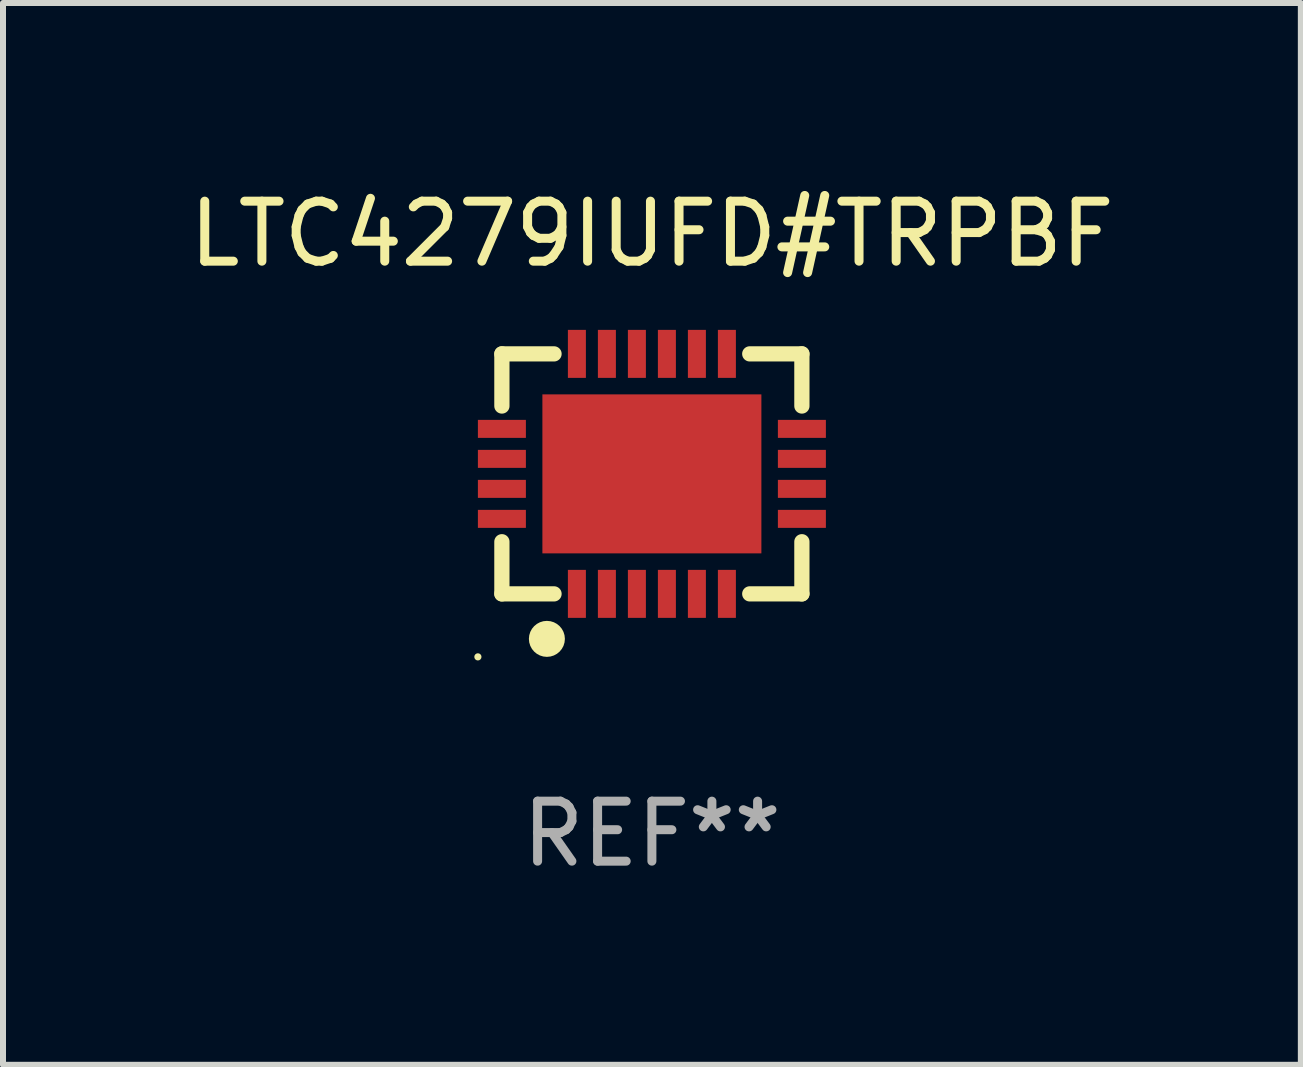
<source format=kicad_pcb>
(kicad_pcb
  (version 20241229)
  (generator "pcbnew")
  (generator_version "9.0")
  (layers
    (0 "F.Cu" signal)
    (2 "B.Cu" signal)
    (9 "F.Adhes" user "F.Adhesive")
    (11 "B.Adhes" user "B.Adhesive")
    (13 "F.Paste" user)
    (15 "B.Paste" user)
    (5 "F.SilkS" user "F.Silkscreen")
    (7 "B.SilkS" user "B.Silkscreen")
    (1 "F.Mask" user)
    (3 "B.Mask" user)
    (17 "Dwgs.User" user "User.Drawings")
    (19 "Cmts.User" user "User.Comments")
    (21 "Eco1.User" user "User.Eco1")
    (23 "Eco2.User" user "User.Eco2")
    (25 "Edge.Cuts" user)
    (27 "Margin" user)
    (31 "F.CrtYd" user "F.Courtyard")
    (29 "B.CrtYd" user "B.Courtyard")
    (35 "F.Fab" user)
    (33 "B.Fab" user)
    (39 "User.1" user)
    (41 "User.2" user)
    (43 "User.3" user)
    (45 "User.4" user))
  (footprint "LTC4279IUFD#TRPBF"
    (layer "F.Cu")
    (at 7.815 4.848)
    (property "Reference" "LTC4279IUFD#TRPBF" (at 0 -4 0) (layer "F.SilkS") (effects (font (size 1 1) (thickness 0.15))))
    (attr through_hole)
    (fp_line (start -2.5 -2) (end -1.631 -2) (stroke (width 0.254) (type solid)) (layer "F.SilkS"))
    (fp_line (start -2.5 -1.131) (end -2.5 -2) (stroke (width 0.254) (type solid)) (layer "F.SilkS"))
    (fp_line (start -2.5 2) (end -2.5 1.131) (stroke (width 0.254) (type solid)) (layer "F.SilkS"))
    (fp_line (start -1.631 2) (end -2.5 2) (stroke (width 0.254) (type solid)) (layer "F.SilkS"))
    (fp_line (start 1.631 -2) (end 2.5 -2) (stroke (width 0.254) (type solid)) (layer "F.SilkS"))
    (fp_line (start 2.5 -2) (end 2.5 -1.131) (stroke (width 0.254) (type solid)) (layer "F.SilkS"))
    (fp_line (start 2.5 1.131) (end 2.5 2) (stroke (width 0.254) (type solid)) (layer "F.SilkS"))
    (fp_line (start 2.5 2) (end 1.631 2) (stroke (width 0.254) (type solid)) (layer "F.SilkS"))
    (fp_circle (center -2.9 3.05) (end -2.87 3.05) (stroke (width 0.06) (type solid)) (fill no) (layer "F.SilkS"))
    (fp_circle (center -1.75 2.75) (end -1.6 2.75) (stroke (width 0.3) (type solid)) (fill no) (layer "F.SilkS"))
    (fp_text user "REF**" (at 0 6 0) (layer "F.Fab") (effects (font (size 1 1) (thickness 0.15))))
    (pad "1" smd rect (at -1.25 2 90) (size 0.8 0.3) (layers "F.Cu" "F.Mask" "F.Paste"))
    (pad "2" smd rect (at -0.75 2 90) (size 0.8 0.3) (layers "F.Cu" "F.Mask" "F.Paste"))
    (pad "3" smd rect (at -0.25 2 90) (size 0.8 0.3) (layers "F.Cu" "F.Mask" "F.Paste"))
    (pad "4" smd rect (at 0.25 2 90) (size 0.8 0.3) (layers "F.Cu" "F.Mask" "F.Paste"))
    (pad "5" smd rect (at 0.75 2 90) (size 0.8 0.3) (layers "F.Cu" "F.Mask" "F.Paste"))
    (pad "6" smd rect (at 1.25 2 90) (size 0.8 0.3) (layers "F.Cu" "F.Mask" "F.Paste"))
    (pad "7" smd rect (at 2.5 0.75 180) (size 0.8 0.3) (layers "F.Cu" "F.Mask" "F.Paste"))
    (pad "8" smd rect (at 2.5 0.25 180) (size 0.8 0.3) (layers "F.Cu" "F.Mask" "F.Paste"))
    (pad "9" smd rect (at 2.5 -0.25 180) (size 0.8 0.3) (layers "F.Cu" "F.Mask" "F.Paste"))
    (pad "10" smd rect (at 2.5 -0.75 180) (size 0.8 0.3) (layers "F.Cu" "F.Mask" "F.Paste"))
    (pad "11" smd rect (at 1.25 -2 270) (size 0.8 0.3) (layers "F.Cu" "F.Mask" "F.Paste"))
    (pad "12" smd rect (at 0.75 -2 270) (size 0.8 0.3) (layers "F.Cu" "F.Mask" "F.Paste"))
    (pad "13" smd rect (at 0.25 -2 270) (size 0.8 0.3) (layers "F.Cu" "F.Mask" "F.Paste"))
    (pad "14" smd rect (at -0.25 -2 270) (size 0.8 0.3) (layers "F.Cu" "F.Mask" "F.Paste"))
    (pad "15" smd rect (at -0.75 -2 270) (size 0.8 0.3) (layers "F.Cu" "F.Mask" "F.Paste"))
    (pad "16" smd rect (at -1.25 -2 270) (size 0.8 0.3) (layers "F.Cu" "F.Mask" "F.Paste"))
    (pad "17" smd rect (at -2.5 -0.75) (size 0.8 0.3) (layers "F.Cu" "F.Mask" "F.Paste"))
    (pad "18" smd rect (at -2.5 -0.25) (size 0.8 0.3) (layers "F.Cu" "F.Mask" "F.Paste"))
    (pad "19" smd rect (at -2.5 0.25) (size 0.8 0.3) (layers "F.Cu" "F.Mask" "F.Paste"))
    (pad "20" smd rect (at -2.5 0.75) (size 0.8 0.3) (layers "F.Cu" "F.Mask" "F.Paste"))
    (pad "21" smd rect (at 0 0) (size 3.65 2.65) (layers "F.Cu" "F.Mask" "F.Paste")))
  (gr_rect
    (start -3 -3)
    (end 18.631 14.697)
    (stroke (width 0.1) (type default))
    (fill no)
    (layer "Edge.Cuts")))
</source>
